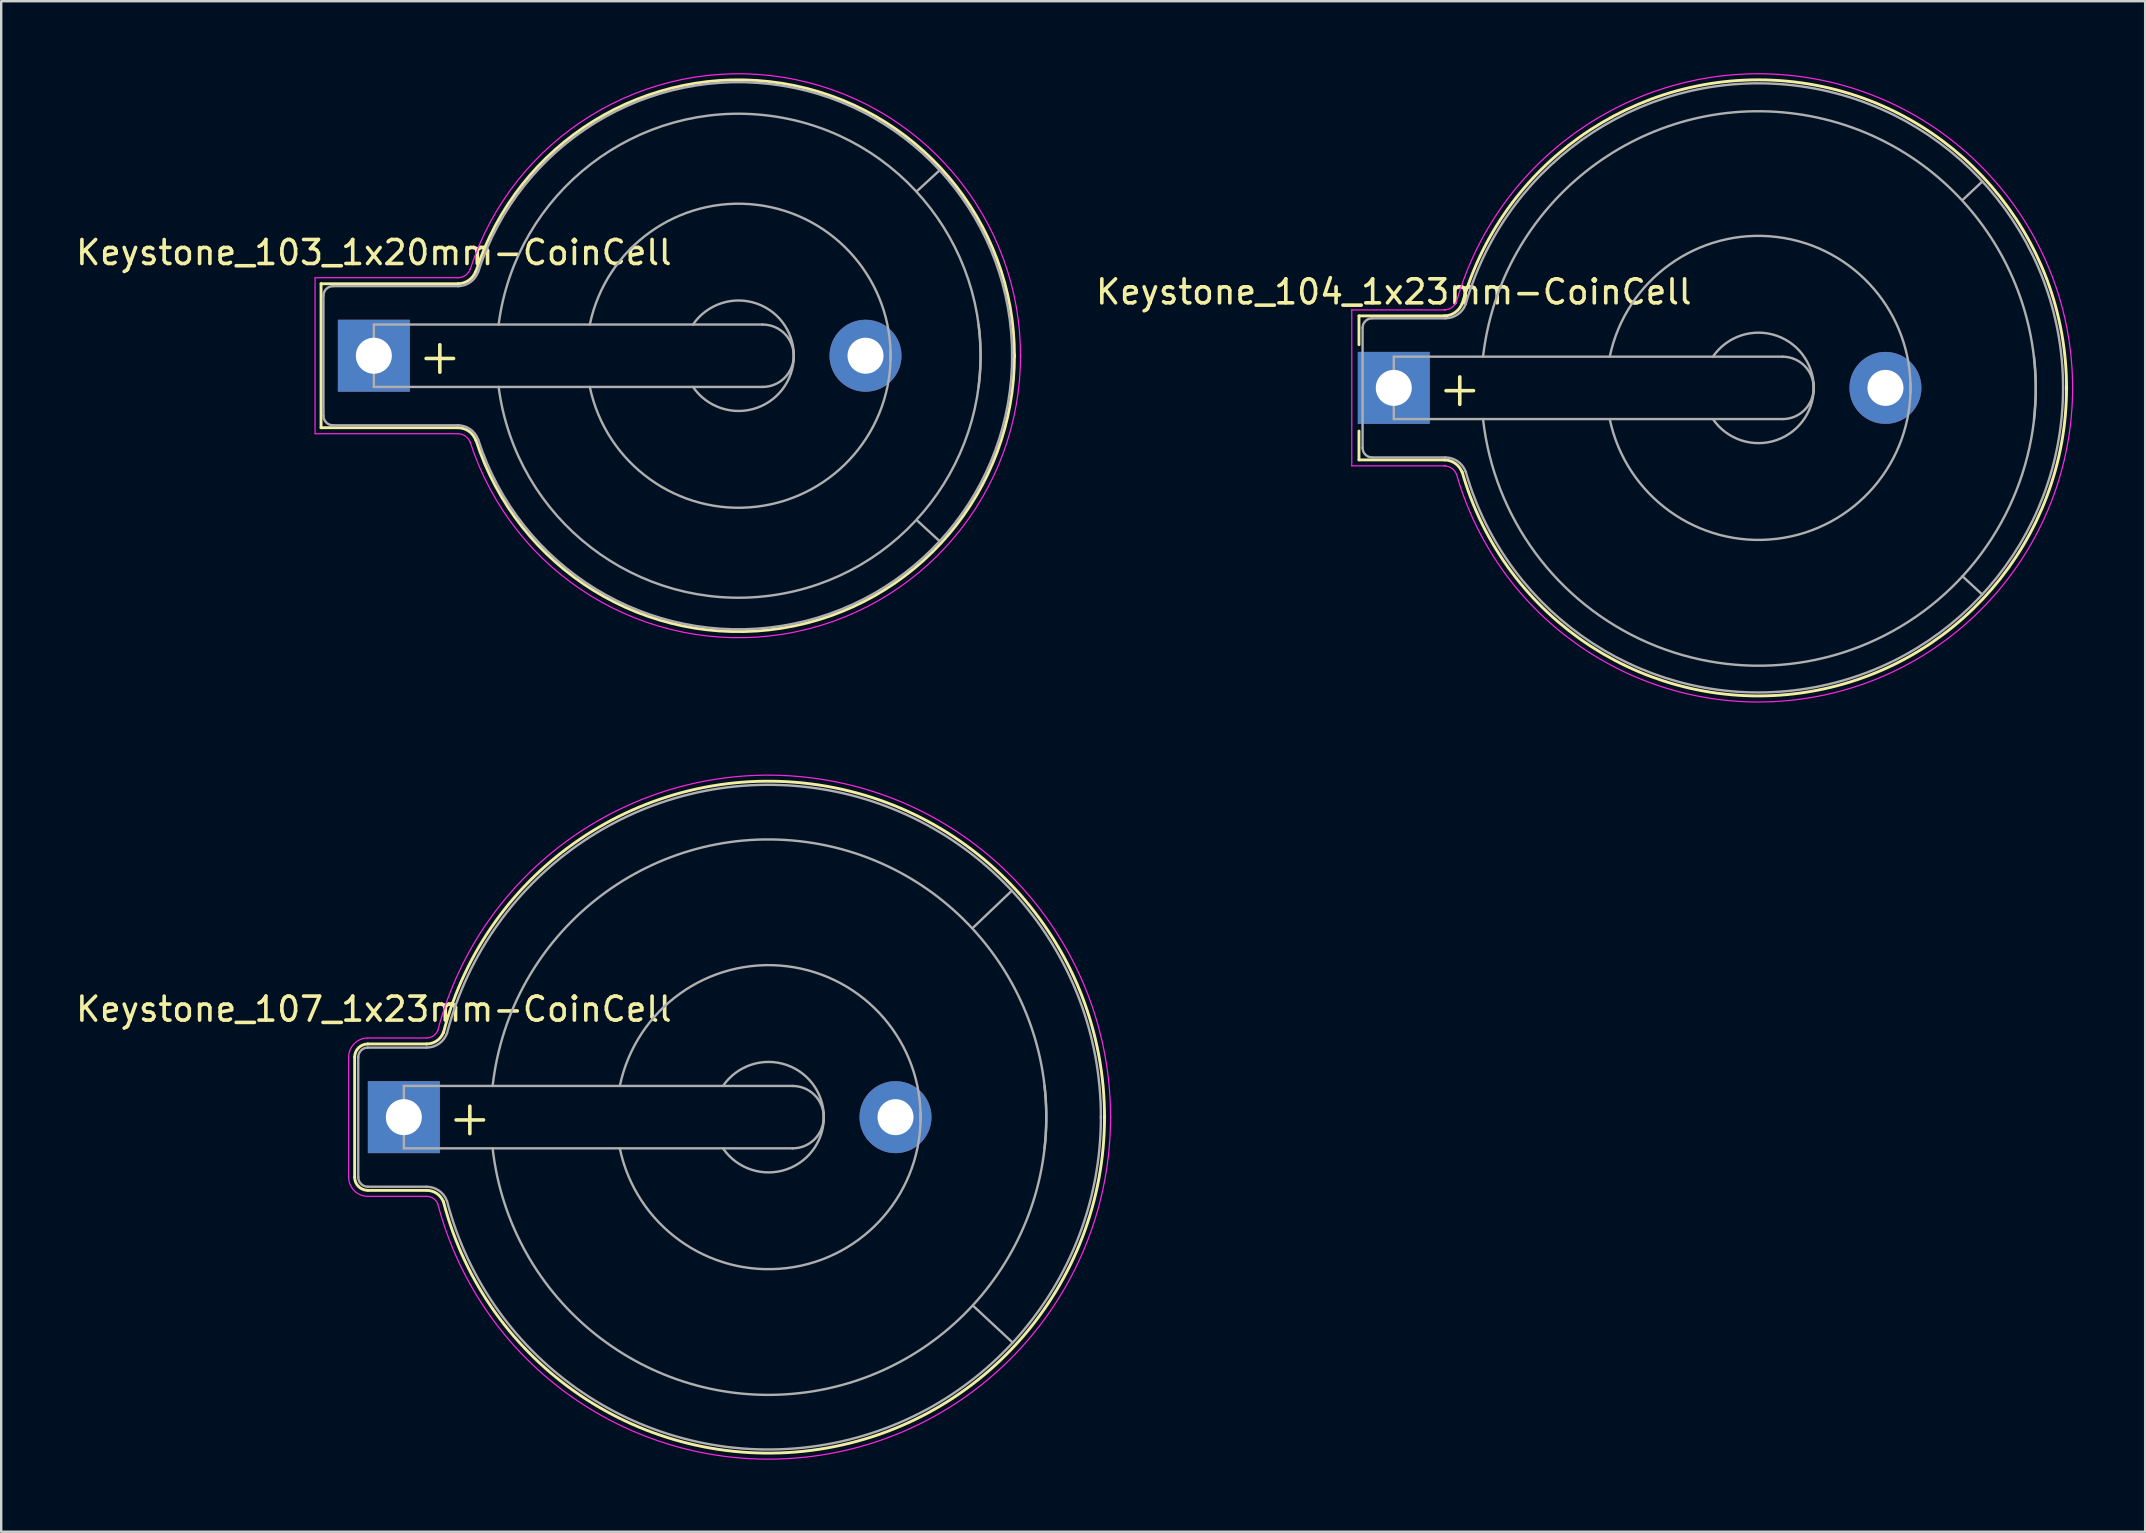
<source format=kicad_pcb>
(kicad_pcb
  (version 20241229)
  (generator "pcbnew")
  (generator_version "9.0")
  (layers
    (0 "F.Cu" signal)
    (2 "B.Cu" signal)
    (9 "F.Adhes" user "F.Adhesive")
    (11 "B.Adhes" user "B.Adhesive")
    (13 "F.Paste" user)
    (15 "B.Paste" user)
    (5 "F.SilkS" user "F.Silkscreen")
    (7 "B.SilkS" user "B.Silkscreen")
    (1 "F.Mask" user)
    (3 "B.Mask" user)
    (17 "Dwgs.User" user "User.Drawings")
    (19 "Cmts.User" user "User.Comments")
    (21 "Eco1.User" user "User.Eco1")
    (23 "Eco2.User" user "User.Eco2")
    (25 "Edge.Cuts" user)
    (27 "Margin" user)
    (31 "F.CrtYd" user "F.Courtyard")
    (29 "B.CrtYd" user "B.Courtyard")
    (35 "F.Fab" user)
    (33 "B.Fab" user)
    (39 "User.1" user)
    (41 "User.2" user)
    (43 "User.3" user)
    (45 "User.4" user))
  (footprint "Keystone_104_1x23mm-CoinCell"
    (layer "F.Cu")
    (at 55.035 13.115)
    (property "Reference" "Keystone_104_1x23mm-CoinCell" (at 0 -4 0) (layer "F.SilkS") (effects (font (size 1 1) (thickness 0.15))))
    (attr through_hole)
    (fp_line (start -1.45 -3) (end 2.15 -3) (stroke (width 0.12) (type solid)) (layer "F.SilkS"))
    (fp_line (start -1.45 -1.8) (end -1.45 -3) (stroke (width 0.12) (type solid)) (layer "F.SilkS"))
    (fp_line (start -1.45 1.8) (end -1.45 3) (stroke (width 0.12) (type solid)) (layer "F.SilkS"))
    (fp_line (start -1.45 3) (end 2.15 3) (stroke (width 0.12) (type solid)) (layer "F.SilkS"))
    (fp_arc (start 2.1 3) (mid 2.558861 3.144678) (end 2.851754 3.526384) (stroke (width 0.12) (type solid)) (layer "F.SilkS"))
    (fp_arc (start 2.85 -3.5) (mid 17.002622 -12.709172) (end 28.03617 0.072313) (stroke (width 0.12) (type solid)) (layer "F.SilkS"))
    (fp_arc (start 2.851754 -3.526384) (mid 2.558861 -3.144678) (end 2.1 -3) (stroke (width 0.12) (type solid)) (layer "F.SilkS"))
    (fp_arc (start 28.03617 -0.072313) (mid 17.002622 12.709172) (end 2.85 3.5) (stroke (width 0.12) (type solid)) (layer "F.SilkS"))
    (fp_line (start -1.75 -3.25) (end 2.15 -3.25) (stroke (width 0.05) (type solid)) (layer "F.CrtYd"))
    (fp_line (start -1.75 3.25) (end -1.75 -3.25) (stroke (width 0.05) (type solid)) (layer "F.CrtYd"))
    (fp_line (start -1.75 3.25) (end 2.15 3.25) (stroke (width 0.05) (type solid)) (layer "F.CrtYd"))
    (fp_arc (start 2.1 3.25) (mid 2.415467 3.349466) (end 2.616831 3.611889) (stroke (width 0.05) (type solid)) (layer "F.CrtYd"))
    (fp_arc (start 2.615 -3.6) (mid 17.013472 -12.963547) (end 28.289773 -0.008354) (stroke (width 0.05) (type solid)) (layer "F.CrtYd"))
    (fp_arc (start 2.616831 -3.611889) (mid 2.415467 -3.349466) (end 2.1 -3.25) (stroke (width 0.05) (type solid)) (layer "F.CrtYd"))
    (fp_arc (start 28.289773 0.008354) (mid 17.013472 12.963547) (end 2.615 3.6) (stroke (width 0.05) (type solid)) (layer "F.CrtYd"))
    (fp_line (start -1.3 -2.5) (end -1.3 2.5) (stroke (width 0.1) (type solid)) (layer "F.Fab"))
    (fp_line (start -0.9 2.9) (end 2.15 2.9) (stroke (width 0.1) (type solid)) (layer "F.Fab"))
    (fp_line (start 0 -1.3) (end 0 1.3) (stroke (width 0.1) (type solid)) (layer "F.Fab"))
    (fp_line (start 0 1.3) (end 16.2 1.3) (stroke (width 0.1) (type solid)) (layer "F.Fab"))
    (fp_line (start 2.15 -2.9) (end -0.9 -2.9) (stroke (width 0.1) (type solid)) (layer "F.Fab"))
    (fp_line (start 16.2 -1.3) (end 0 -1.3) (stroke (width 0.1) (type solid)) (layer "F.Fab"))
    (fp_line (start 23.698 7.849) (end 24.526 8.613) (stroke (width 0.1) (type solid)) (layer "F.Fab"))
    (fp_line (start 23.724 -7.849) (end 24.526 -8.601) (stroke (width 0.1) (type solid)) (layer "F.Fab"))
    (fp_arc (start -1.3 -2.5) (mid -1.182843 -2.782843) (end -0.9 -2.9) (stroke (width 0.1) (type solid)) (layer "F.Fab"))
    (fp_arc (start -0.9 2.9) (mid -1.182843 2.782843) (end -1.3 2.5) (stroke (width 0.1) (type solid)) (layer "F.Fab"))
    (fp_arc (start 2.15 2.9) (mid 2.666219 3.062763) (end 2.995723 3.492182) (stroke (width 0.1) (type solid)) (layer "F.Fab"))
    (fp_arc (start 2.995723 -3.492182) (mid 2.666219 -3.062763) (end 2.15 -2.9) (stroke (width 0.1) (type solid)) (layer "F.Fab"))
    (fp_arc (start 3 -3.5) (mid 16.968026 -12.568376) (end 27.892123 0.00164) (stroke (width 0.1) (type solid)) (layer "F.Fab"))
    (fp_arc (start 3.72 -1.3) (mid 16.5 -11.48) (end 26.68 1.3) (stroke (width 0.1) (type solid)) (layer "F.Fab"))
    (fp_arc (start 9 -1.3) (mid 15.954687 -6.28971) (end 21.531551 0.203631) (stroke (width 0.1) (type solid)) (layer "F.Fab"))
    (fp_arc (start 13.3 -1.3) (mid 15.963947 -2.171724) (end 17.495448 0.175833) (stroke (width 0.1) (type solid)) (layer "F.Fab"))
    (fp_arc (start 16.2 -1.3) (mid 17.5 0) (end 16.2 1.3) (stroke (width 0.1) (type solid)) (layer "F.Fab"))
    (fp_arc (start 17.495448 -0.175833) (mid 15.963947 2.171724) (end 13.3 1.3) (stroke (width 0.1) (type solid)) (layer "F.Fab"))
    (fp_arc (start 21.531551 -0.203631) (mid 15.954687 6.28971) (end 9 1.3) (stroke (width 0.1) (type solid)) (layer "F.Fab"))
    (fp_arc (start 26.68 -1.3) (mid 16.5 11.48) (end 3.72 1.3) (stroke (width 0.1) (type solid)) (layer "F.Fab"))
    (fp_arc (start 27.892123 -0.00164) (mid 16.968026 12.568376) (end 3 3.5) (stroke (width 0.1) (type solid)) (layer "F.Fab"))
    (fp_text user "+" (at 2.75 0 0) (layer "F.SilkS") (effects (font (size 1.5 1.5) (thickness 0.15))))
    (pad "1" thru_hole rect (at 0 0) (size 3 3) (drill 1.5) (layers "*.Cu" "*.Mask"))
    (pad "2" thru_hole circle (at 20.49 0) (size 3 3) (drill 1.5) (layers "*.Cu" "*.Mask")))
  (footprint "Keystone_103_1x20mm-CoinCell"
    (layer "F.Cu")
    (at 12.53 11.775)
    (property "Reference" "Keystone_103_1x20mm-CoinCell" (at 0 -4.3 0) (layer "F.SilkS") (effects (font (size 1 1) (thickness 0.15))))
    (attr through_hole)
    (fp_line (start -2.2 -3) (end 3.5 -3) (stroke (width 0.12) (type solid)) (layer "F.SilkS"))
    (fp_line (start -2.2 3) (end -2.2 -3) (stroke (width 0.12) (type solid)) (layer "F.SilkS"))
    (fp_line (start -2.2 3) (end 3.5 3) (stroke (width 0.12) (type solid)) (layer "F.SilkS"))
    (fp_arc (start 3.5 3) (mid 3.958861 3.144678) (end 4.251754 3.526384) (stroke (width 0.12) (type solid)) (layer "F.SilkS"))
    (fp_arc (start 4.25 -3.5) (mid 16.993514 -11.35499) (end 26.695671 0.045281) (stroke (width 0.12) (type solid)) (layer "F.SilkS"))
    (fp_arc (start 4.251754 -3.526384) (mid 3.958861 -3.144678) (end 3.5 -3) (stroke (width 0.12) (type solid)) (layer "F.SilkS"))
    (fp_arc (start 26.695671 -0.045281) (mid 16.993514 11.35499) (end 4.25 3.5) (stroke (width 0.12) (type solid)) (layer "F.SilkS"))
    (fp_line (start -2.45 -3.25) (end 3.5 -3.25) (stroke (width 0.05) (type solid)) (layer "F.CrtYd"))
    (fp_line (start -2.45 3.25) (end -2.45 -3.25) (stroke (width 0.05) (type solid)) (layer "F.CrtYd"))
    (fp_line (start -2.45 3.25) (end 3.5 3.25) (stroke (width 0.05) (type solid)) (layer "F.CrtYd"))
    (fp_arc (start 3.5 3.25) (mid 3.815467 3.349466) (end 4.016831 3.611889) (stroke (width 0.05) (type solid)) (layer "F.CrtYd"))
    (fp_arc (start 4.015 -3.6) (mid 17.056602 -11.602468) (end 26.949865 0.069987) (stroke (width 0.05) (type solid)) (layer "F.CrtYd"))
    (fp_arc (start 4.016831 -3.611889) (mid 3.815467 -3.349466) (end 3.5 -3.25) (stroke (width 0.05) (type solid)) (layer "F.CrtYd"))
    (fp_arc (start 26.949865 -0.069987) (mid 17.056602 11.602468) (end 4.015 3.6) (stroke (width 0.05) (type solid)) (layer "F.CrtYd"))
    (fp_line (start -2.1 -2.5) (end -2.1 2.5) (stroke (width 0.1) (type solid)) (layer "F.Fab"))
    (fp_line (start -1.7 2.9) (end 3.531 2.9) (stroke (width 0.1) (type solid)) (layer "F.Fab"))
    (fp_line (start 0 -1.3) (end 0 1.3) (stroke (width 0.1) (type solid)) (layer "F.Fab"))
    (fp_line (start 0 1.3) (end 16.2 1.3) (stroke (width 0.1) (type solid)) (layer "F.Fab"))
    (fp_line (start 3.531 -2.9) (end -1.7 -2.9) (stroke (width 0.1) (type solid)) (layer "F.Fab"))
    (fp_line (start 16.2 -1.3) (end 0 -1.3) (stroke (width 0.1) (type solid)) (layer "F.Fab"))
    (fp_line (start 23.571 -7.722) (end 22.631 -6.858) (stroke (width 0.1) (type solid)) (layer "F.Fab"))
    (fp_line (start 23.571 7.722) (end 22.657 6.883) (stroke (width 0.1) (type solid)) (layer "F.Fab"))
    (fp_arc (start -2.1 -2.5) (mid -1.982843 -2.782843) (end -1.7 -2.9) (stroke (width 0.1) (type solid)) (layer "F.Fab"))
    (fp_arc (start -1.7 2.9) (mid -1.982843 2.782843) (end -2.1 2.5) (stroke (width 0.1) (type solid)) (layer "F.Fab"))
    (fp_arc (start 3.5 2.9) (mid 4.016219 3.062763) (end 4.345723 3.492182) (stroke (width 0.1) (type solid)) (layer "F.Fab"))
    (fp_arc (start 4.345723 -3.492182) (mid 4.016219 -3.062763) (end 3.5 -2.9) (stroke (width 0.1) (type solid)) (layer "F.Fab"))
    (fp_arc (start 4.35 -3.5) (mid 17.008726 -11.256154) (end 26.600299 0.075351) (stroke (width 0.1) (type solid)) (layer "F.Fab"))
    (fp_arc (start 5.2 -1.3) (mid 16.5 -10) (end 25.2 1.3) (stroke (width 0.1) (type solid)) (layer "F.Fab"))
    (fp_arc (start 9 -1.3) (mid 15.954687 -6.28971) (end 21.531551 0.203631) (stroke (width 0.1) (type solid)) (layer "F.Fab"))
    (fp_arc (start 13.3 -1.3) (mid 15.963947 -2.171724) (end 17.495448 0.175833) (stroke (width 0.1) (type solid)) (layer "F.Fab"))
    (fp_arc (start 16.2 -1.3) (mid 17.5 0) (end 16.2 1.3) (stroke (width 0.1) (type solid)) (layer "F.Fab"))
    (fp_arc (start 17.495448 -0.175833) (mid 15.963947 2.171724) (end 13.3 1.3) (stroke (width 0.1) (type solid)) (layer "F.Fab"))
    (fp_arc (start 21.531551 -0.203631) (mid 15.954687 6.28971) (end 9 1.3) (stroke (width 0.1) (type solid)) (layer "F.Fab"))
    (fp_arc (start 25.2 -1.3) (mid 16.5 10) (end 5.2 1.3) (stroke (width 0.1) (type solid)) (layer "F.Fab"))
    (fp_arc (start 26.600299 -0.075351) (mid 17.008726 11.256154) (end 4.35 3.5) (stroke (width 0.1) (type solid)) (layer "F.Fab"))
    (fp_text user "+" (at 2.75 0 0) (layer "F.SilkS") (effects (font (size 1.5 1.5) (thickness 0.15))))
    (pad "1" thru_hole rect (at 0 0) (size 3 3) (drill 1.5) (layers "*.Cu" "*.Mask"))
    (pad "2" thru_hole circle (at 20.49 0) (size 3 3) (drill 1.5) (layers "*.Cu" "*.Mask")))
  (footprint "Keystone_107_1x23mm-CoinCell"
    (layer "F.Cu")
    (at 13.78 43.507)
    (property "Reference" "Keystone_107_1x23mm-CoinCell" (at -1.25 -4.5 0) (layer "F.SilkS") (effects (font (size 1 1) (thickness 0.15))))
    (attr through_hole)
    (fp_line (start -2.05 -2.5) (end -2.05 2.5) (stroke (width 0.12) (type solid)) (layer "F.SilkS"))
    (fp_line (start -1.5 3.05) (end 0.95 3.05) (stroke (width 0.12) (type solid)) (layer "F.SilkS"))
    (fp_line (start 0.95 -3.05) (end -1.5 -3.05) (stroke (width 0.12) (type solid)) (layer "F.SilkS"))
    (fp_arc (start -2.05 -2.5) (mid -1.888909 -2.888909) (end -1.5 -3.05) (stroke (width 0.12) (type solid)) (layer "F.SilkS"))
    (fp_arc (start -1.5 3.05) (mid -1.888909 2.888909) (end -2.05 2.5) (stroke (width 0.12) (type solid)) (layer "F.SilkS"))
    (fp_arc (start 0.95 3.05) (mid 1.380182 3.185636) (end 1.654769 3.543485) (stroke (width 0.12) (type solid)) (layer "F.SilkS"))
    (fp_arc (start 1.65 -3.52) (mid 16.981862 -13.885887) (end 29.199738 0.015231) (stroke (width 0.12) (type solid)) (layer "F.SilkS"))
    (fp_arc (start 1.654769 -3.543485) (mid 1.380182 -3.185636) (end 0.95 -3.05) (stroke (width 0.12) (type solid)) (layer "F.SilkS"))
    (fp_arc (start 29.199738 -0.015231) (mid 16.981862 13.885887) (end 1.65 3.52) (stroke (width 0.12) (type solid)) (layer "F.SilkS"))
    (fp_line (start -2.3 -2.5) (end -2.3 2.5) (stroke (width 0.05) (type solid)) (layer "F.CrtYd"))
    (fp_line (start -1.5 3.3) (end 0.95 3.3) (stroke (width 0.05) (type solid)) (layer "F.CrtYd"))
    (fp_line (start 0.95 -3.3) (end -1.5 -3.3) (stroke (width 0.05) (type solid)) (layer "F.CrtYd"))
    (fp_arc (start -2.3 -2.5) (mid -2.065685 -3.065685) (end -1.5 -3.3) (stroke (width 0.05) (type solid)) (layer "F.CrtYd"))
    (fp_arc (start -1.5 3.3) (mid -2.065685 3.065685) (end -2.3 2.5) (stroke (width 0.05) (type solid)) (layer "F.CrtYd"))
    (fp_arc (start 0.95 3.3) (mid 1.236788 3.390424) (end 1.419846 3.62899) (stroke (width 0.05) (type solid)) (layer "F.CrtYd"))
    (fp_arc (start 1.41 -3.6) (mid 17.030934 -14.134065) (end 29.452124 0.032591) (stroke (width 0.05) (type solid)) (layer "F.CrtYd"))
    (fp_arc (start 1.419846 -3.62899) (mid 1.236788 -3.390424) (end 0.95 -3.3) (stroke (width 0.05) (type solid)) (layer "F.CrtYd"))
    (fp_arc (start 29.452124 -0.032591) (mid 17.030934 14.134065) (end 1.41 3.6) (stroke (width 0.05) (type solid)) (layer "F.CrtYd"))
    (fp_line (start -1.9 -2.5) (end -1.9 2.5) (stroke (width 0.1) (type solid)) (layer "F.Fab"))
    (fp_line (start -1.5 2.9) (end 0.95 2.9) (stroke (width 0.1) (type solid)) (layer "F.Fab"))
    (fp_line (start 0 -1.3) (end 0 1.3) (stroke (width 0.1) (type solid)) (layer "F.Fab"))
    (fp_line (start 0 1.3) (end 16.2 1.3) (stroke (width 0.1) (type solid)) (layer "F.Fab"))
    (fp_line (start 0.95 -2.9) (end -1.5 -2.9) (stroke (width 0.1) (type solid)) (layer "F.Fab"))
    (fp_line (start 16.2 -1.3) (end 0 -1.3) (stroke (width 0.1) (type solid)) (layer "F.Fab"))
    (fp_line (start 23.711 -7.887) (end 25.339 -9.439) (stroke (width 0.1) (type solid)) (layer "F.Fab"))
    (fp_line (start 23.724 7.861) (end 25.367 9.391) (stroke (width 0.1) (type solid)) (layer "F.Fab"))
    (fp_arc (start -1.9 -2.5) (mid -1.782843 -2.782843) (end -1.5 -2.9) (stroke (width 0.1) (type solid)) (layer "F.Fab"))
    (fp_arc (start -1.5 2.9) (mid -1.782843 2.782843) (end -1.9 2.5) (stroke (width 0.1) (type solid)) (layer "F.Fab"))
    (fp_arc (start 0.95 2.9) (mid 1.466219 3.062763) (end 1.795723 3.492182) (stroke (width 0.1) (type solid)) (layer "F.Fab"))
    (fp_arc (start 1.795723 -3.492182) (mid 1.466219 -3.062763) (end 0.95 -2.9) (stroke (width 0.1) (type solid)) (layer "F.Fab"))
    (fp_arc (start 1.8 -3.5) (mid 16.980951 -13.734563) (end 29.049508 0.033425) (stroke (width 0.1) (type solid)) (layer "F.Fab"))
    (fp_arc (start 3.7 -1.3) (mid 16.5 -11.5) (end 26.7 1.3) (stroke (width 0.1) (type solid)) (layer "F.Fab"))
    (fp_arc (start 9 -1.3) (mid 15.954687 -6.28971) (end 21.531551 0.203631) (stroke (width 0.1) (type solid)) (layer "F.Fab"))
    (fp_arc (start 13.3 -1.3) (mid 15.963947 -2.171724) (end 17.495448 0.175833) (stroke (width 0.1) (type solid)) (layer "F.Fab"))
    (fp_arc (start 16.2 -1.3) (mid 17.5 0) (end 16.2 1.3) (stroke (width 0.1) (type solid)) (layer "F.Fab"))
    (fp_arc (start 17.495448 -0.175833) (mid 15.963947 2.171724) (end 13.3 1.3) (stroke (width 0.1) (type solid)) (layer "F.Fab"))
    (fp_arc (start 21.531551 -0.203631) (mid 15.954687 6.28971) (end 9 1.3) (stroke (width 0.1) (type solid)) (layer "F.Fab"))
    (fp_arc (start 26.7 -1.3) (mid 16.5 11.5) (end 3.7 1.3) (stroke (width 0.1) (type solid)) (layer "F.Fab"))
    (fp_arc (start 29.049508 -0.033425) (mid 16.980951 13.734562) (end 1.8 3.5) (stroke (width 0.1) (type solid)) (layer "F.Fab"))
    (fp_text user "+" (at 2.75 0 0) (layer "F.SilkS") (effects (font (size 1.5 1.5) (thickness 0.15))))
    (pad "1" thru_hole rect (at 0 0) (size 3 3) (drill 1.5) (layers "*.Cu" "*.Mask"))
    (pad "2" thru_hole circle (at 20.49 0) (size 3 3) (drill 1.5) (layers "*.Cu" "*.Mask")))
  (gr_rect
    (start -3 -3)
    (end 86.349 60.784)
    (stroke (width 0.1) (type default))
    (fill no)
    (layer "Edge.Cuts")))
</source>
